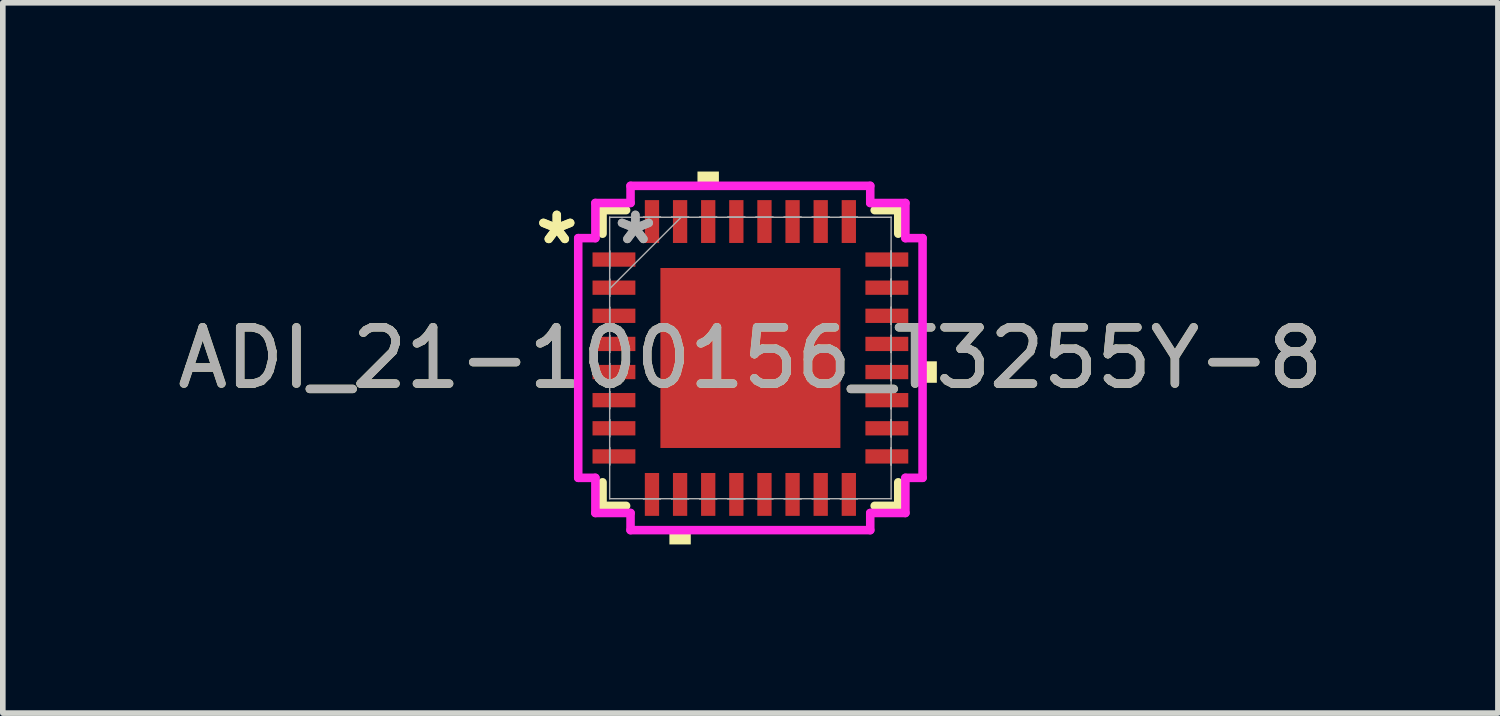
<source format=kicad_pcb>
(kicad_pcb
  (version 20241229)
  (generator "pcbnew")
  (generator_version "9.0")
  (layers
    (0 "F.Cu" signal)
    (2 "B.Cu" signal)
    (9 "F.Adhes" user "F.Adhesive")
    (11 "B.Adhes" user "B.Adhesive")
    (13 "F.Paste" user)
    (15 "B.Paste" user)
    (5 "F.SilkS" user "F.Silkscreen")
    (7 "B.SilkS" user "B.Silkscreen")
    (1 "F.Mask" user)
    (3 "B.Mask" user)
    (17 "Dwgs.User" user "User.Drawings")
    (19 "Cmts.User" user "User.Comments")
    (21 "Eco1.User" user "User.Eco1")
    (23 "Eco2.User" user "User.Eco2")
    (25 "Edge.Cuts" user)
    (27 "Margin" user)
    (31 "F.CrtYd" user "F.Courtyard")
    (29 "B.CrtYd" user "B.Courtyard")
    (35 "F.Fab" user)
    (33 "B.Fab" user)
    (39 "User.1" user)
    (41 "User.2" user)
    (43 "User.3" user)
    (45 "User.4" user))
  (footprint "ADI_21-100156_T3255Y-8"
    (layer "F.Cu")
    (at 10.292 3.315)
    (property "Reference" "ADI_21-100156_T3255Y-8" (at 0 0 0) (unlocked yes) (layer "F.SilkS") (effects (font (size 1 1) (thickness 0.15))))
    (attr smd)
    (fp_line (start -2.629 -2.629) (end -2.629 -2.21) (stroke (width 0.152) (type solid)) (layer "F.SilkS"))
    (fp_line (start -2.629 2.21) (end -2.629 2.629) (stroke (width 0.152) (type solid)) (layer "F.SilkS"))
    (fp_line (start -2.629 2.629) (end -2.21 2.629) (stroke (width 0.152) (type solid)) (layer "F.SilkS"))
    (fp_line (start -2.21 -2.629) (end -2.629 -2.629) (stroke (width 0.152) (type solid)) (layer "F.SilkS"))
    (fp_line (start 2.21 2.629) (end 2.629 2.629) (stroke (width 0.152) (type solid)) (layer "F.SilkS"))
    (fp_line (start 2.629 -2.629) (end 2.21 -2.629) (stroke (width 0.152) (type solid)) (layer "F.SilkS"))
    (fp_line (start 2.629 -2.21) (end 2.629 -2.629) (stroke (width 0.152) (type solid)) (layer "F.SilkS"))
    (fp_line (start 2.629 2.629) (end 2.629 2.21) (stroke (width 0.152) (type solid)) (layer "F.SilkS"))
    (fp_poly (pts (xy -1.44 3.061) (xy -1.44 3.315) (xy -1.06 3.315) (xy -1.06 3.061)) (stroke (width 0) (type solid)) (fill yes) (layer "F.SilkS"))
    (fp_poly (pts (xy -0.941 -3.061) (xy -0.941 -3.315) (xy -0.56 -3.315) (xy -0.56 -3.061)) (stroke (width 0) (type solid)) (fill yes) (layer "F.SilkS"))
    (fp_poly (pts (xy 3.315 0.059) (xy 3.315 0.441) (xy 3.061 0.441) (xy 3.061 0.059)) (stroke (width 0) (type solid)) (fill yes) (layer "F.SilkS"))
    (fp_poly (pts (xy -1.5 -1.5) (xy -1.5 -0.1) (xy -0.1 -0.1) (xy -0.1 -1.5)) (stroke (width 0) (type solid)) (fill yes) (layer "F.Paste"))
    (fp_poly (pts (xy -1.5 0.1) (xy -1.5 1.5) (xy -0.1 1.5) (xy -0.1 0.1)) (stroke (width 0) (type solid)) (fill yes) (layer "F.Paste"))
    (fp_poly (pts (xy 0.1 -1.5) (xy 0.1 -0.1) (xy 1.5 -0.1) (xy 1.5 -1.5)) (stroke (width 0) (type solid)) (fill yes) (layer "F.Paste"))
    (fp_poly (pts (xy 0.1 0.1) (xy 0.1 1.5) (xy 1.5 1.5) (xy 1.5 0.1)) (stroke (width 0) (type solid)) (fill yes) (layer "F.Paste"))
    (fp_line (start -3.061 -2.131) (end -2.756 -2.131) (stroke (width 0.152) (type solid)) (layer "F.CrtYd"))
    (fp_line (start -3.061 2.131) (end -3.061 -2.131) (stroke (width 0.152) (type solid)) (layer "F.CrtYd"))
    (fp_line (start -2.756 -2.756) (end -2.131 -2.756) (stroke (width 0.152) (type solid)) (layer "F.CrtYd"))
    (fp_line (start -2.756 -2.131) (end -2.756 -2.756) (stroke (width 0.152) (type solid)) (layer "F.CrtYd"))
    (fp_line (start -2.756 2.131) (end -3.061 2.131) (stroke (width 0.152) (type solid)) (layer "F.CrtYd"))
    (fp_line (start -2.756 2.756) (end -2.756 2.131) (stroke (width 0.152) (type solid)) (layer "F.CrtYd"))
    (fp_line (start -2.131 -3.061) (end 2.131 -3.061) (stroke (width 0.152) (type solid)) (layer "F.CrtYd"))
    (fp_line (start -2.131 -2.756) (end -2.131 -3.061) (stroke (width 0.152) (type solid)) (layer "F.CrtYd"))
    (fp_line (start -2.131 2.756) (end -2.756 2.756) (stroke (width 0.152) (type solid)) (layer "F.CrtYd"))
    (fp_line (start -2.131 3.061) (end -2.131 2.756) (stroke (width 0.152) (type solid)) (layer "F.CrtYd"))
    (fp_line (start 2.131 -3.061) (end 2.131 -2.756) (stroke (width 0.152) (type solid)) (layer "F.CrtYd"))
    (fp_line (start 2.131 -2.756) (end 2.756 -2.756) (stroke (width 0.152) (type solid)) (layer "F.CrtYd"))
    (fp_line (start 2.131 2.756) (end 2.131 3.061) (stroke (width 0.152) (type solid)) (layer "F.CrtYd"))
    (fp_line (start 2.131 3.061) (end -2.131 3.061) (stroke (width 0.152) (type solid)) (layer "F.CrtYd"))
    (fp_line (start 2.756 -2.756) (end 2.756 -2.131) (stroke (width 0.152) (type solid)) (layer "F.CrtYd"))
    (fp_line (start 2.756 -2.131) (end 3.061 -2.131) (stroke (width 0.152) (type solid)) (layer "F.CrtYd"))
    (fp_line (start 2.756 2.131) (end 2.756 2.756) (stroke (width 0.152) (type solid)) (layer "F.CrtYd"))
    (fp_line (start 2.756 2.756) (end 2.131 2.756) (stroke (width 0.152) (type solid)) (layer "F.CrtYd"))
    (fp_line (start 3.061 -2.131) (end 3.061 2.131) (stroke (width 0.152) (type solid)) (layer "F.CrtYd"))
    (fp_line (start 3.061 2.131) (end 2.756 2.131) (stroke (width 0.152) (type solid)) (layer "F.CrtYd"))
    (fp_line (start -2.502 -2.502) (end -2.502 -2.502) (stroke (width 0.025) (type solid)) (layer "F.Fab"))
    (fp_line (start -2.502 -2.502) (end -2.502 2.502) (stroke (width 0.025) (type solid)) (layer "F.Fab"))
    (fp_line (start -2.502 -1.902) (end -2.502 -1.902) (stroke (width 0.025) (type solid)) (layer "F.Fab"))
    (fp_line (start -2.502 -1.902) (end -2.502 -1.598) (stroke (width 0.025) (type solid)) (layer "F.Fab"))
    (fp_line (start -2.502 -1.598) (end -2.502 -1.902) (stroke (width 0.025) (type solid)) (layer "F.Fab"))
    (fp_line (start -2.502 -1.598) (end -2.502 -1.598) (stroke (width 0.025) (type solid)) (layer "F.Fab"))
    (fp_line (start -2.502 -1.402) (end -2.502 -1.402) (stroke (width 0.025) (type solid)) (layer "F.Fab"))
    (fp_line (start -2.502 -1.402) (end -2.502 -1.098) (stroke (width 0.025) (type solid)) (layer "F.Fab"))
    (fp_line (start -2.502 -1.232) (end -1.232 -2.502) (stroke (width 0.025) (type solid)) (layer "F.Fab"))
    (fp_line (start -2.502 -1.098) (end -2.502 -1.402) (stroke (width 0.025) (type solid)) (layer "F.Fab"))
    (fp_line (start -2.502 -1.098) (end -2.502 -1.098) (stroke (width 0.025) (type solid)) (layer "F.Fab"))
    (fp_line (start -2.502 -0.902) (end -2.502 -0.902) (stroke (width 0.025) (type solid)) (layer "F.Fab"))
    (fp_line (start -2.502 -0.902) (end -2.502 -0.598) (stroke (width 0.025) (type solid)) (layer "F.Fab"))
    (fp_line (start -2.502 -0.598) (end -2.502 -0.902) (stroke (width 0.025) (type solid)) (layer "F.Fab"))
    (fp_line (start -2.502 -0.598) (end -2.502 -0.598) (stroke (width 0.025) (type solid)) (layer "F.Fab"))
    (fp_line (start -2.502 -0.402) (end -2.502 -0.402) (stroke (width 0.025) (type solid)) (layer "F.Fab"))
    (fp_line (start -2.502 -0.402) (end -2.502 -0.098) (stroke (width 0.025) (type solid)) (layer "F.Fab"))
    (fp_line (start -2.502 -0.098) (end -2.502 -0.402) (stroke (width 0.025) (type solid)) (layer "F.Fab"))
    (fp_line (start -2.502 -0.098) (end -2.502 -0.098) (stroke (width 0.025) (type solid)) (layer "F.Fab"))
    (fp_line (start -2.502 0.098) (end -2.502 0.098) (stroke (width 0.025) (type solid)) (layer "F.Fab"))
    (fp_line (start -2.502 0.098) (end -2.502 0.402) (stroke (width 0.025) (type solid)) (layer "F.Fab"))
    (fp_line (start -2.502 0.402) (end -2.502 0.098) (stroke (width 0.025) (type solid)) (layer "F.Fab"))
    (fp_line (start -2.502 0.402) (end -2.502 0.402) (stroke (width 0.025) (type solid)) (layer "F.Fab"))
    (fp_line (start -2.502 0.598) (end -2.502 0.598) (stroke (width 0.025) (type solid)) (layer "F.Fab"))
    (fp_line (start -2.502 0.598) (end -2.502 0.902) (stroke (width 0.025) (type solid)) (layer "F.Fab"))
    (fp_line (start -2.502 0.902) (end -2.502 0.598) (stroke (width 0.025) (type solid)) (layer "F.Fab"))
    (fp_line (start -2.502 0.902) (end -2.502 0.902) (stroke (width 0.025) (type solid)) (layer "F.Fab"))
    (fp_line (start -2.502 1.098) (end -2.502 1.098) (stroke (width 0.025) (type solid)) (layer "F.Fab"))
    (fp_line (start -2.502 1.098) (end -2.502 1.402) (stroke (width 0.025) (type solid)) (layer "F.Fab"))
    (fp_line (start -2.502 1.402) (end -2.502 1.098) (stroke (width 0.025) (type solid)) (layer "F.Fab"))
    (fp_line (start -2.502 1.402) (end -2.502 1.402) (stroke (width 0.025) (type solid)) (layer "F.Fab"))
    (fp_line (start -2.502 1.598) (end -2.502 1.598) (stroke (width 0.025) (type solid)) (layer "F.Fab"))
    (fp_line (start -2.502 1.598) (end -2.502 1.902) (stroke (width 0.025) (type solid)) (layer "F.Fab"))
    (fp_line (start -2.502 1.902) (end -2.502 1.598) (stroke (width 0.025) (type solid)) (layer "F.Fab"))
    (fp_line (start -2.502 1.902) (end -2.502 1.902) (stroke (width 0.025) (type solid)) (layer "F.Fab"))
    (fp_line (start -2.502 2.502) (end -2.502 2.502) (stroke (width 0.025) (type solid)) (layer "F.Fab"))
    (fp_line (start -2.502 2.502) (end 2.502 2.502) (stroke (width 0.025) (type solid)) (layer "F.Fab"))
    (fp_line (start -1.902 -2.502) (end -1.902 -2.502) (stroke (width 0.025) (type solid)) (layer "F.Fab"))
    (fp_line (start -1.902 -2.502) (end -1.598 -2.502) (stroke (width 0.025) (type solid)) (layer "F.Fab"))
    (fp_line (start -1.902 2.502) (end -1.902 2.502) (stroke (width 0.025) (type solid)) (layer "F.Fab"))
    (fp_line (start -1.902 2.502) (end -1.598 2.502) (stroke (width 0.025) (type solid)) (layer "F.Fab"))
    (fp_line (start -1.598 -2.502) (end -1.902 -2.502) (stroke (width 0.025) (type solid)) (layer "F.Fab"))
    (fp_line (start -1.598 -2.502) (end -1.598 -2.502) (stroke (width 0.025) (type solid)) (layer "F.Fab"))
    (fp_line (start -1.598 2.502) (end -1.902 2.502) (stroke (width 0.025) (type solid)) (layer "F.Fab"))
    (fp_line (start -1.598 2.502) (end -1.598 2.502) (stroke (width 0.025) (type solid)) (layer "F.Fab"))
    (fp_line (start -1.402 -2.502) (end -1.402 -2.502) (stroke (width 0.025) (type solid)) (layer "F.Fab"))
    (fp_line (start -1.402 -2.502) (end -1.098 -2.502) (stroke (width 0.025) (type solid)) (layer "F.Fab"))
    (fp_line (start -1.402 2.502) (end -1.402 2.502) (stroke (width 0.025) (type solid)) (layer "F.Fab"))
    (fp_line (start -1.402 2.502) (end -1.098 2.502) (stroke (width 0.025) (type solid)) (layer "F.Fab"))
    (fp_line (start -1.098 -2.502) (end -1.402 -2.502) (stroke (width 0.025) (type solid)) (layer "F.Fab"))
    (fp_line (start -1.098 -2.502) (end -1.098 -2.502) (stroke (width 0.025) (type solid)) (layer "F.Fab"))
    (fp_line (start -1.098 2.502) (end -1.402 2.502) (stroke (width 0.025) (type solid)) (layer "F.Fab"))
    (fp_line (start -1.098 2.502) (end -1.098 2.502) (stroke (width 0.025) (type solid)) (layer "F.Fab"))
    (fp_line (start -0.902 -2.502) (end -0.902 -2.502) (stroke (width 0.025) (type solid)) (layer "F.Fab"))
    (fp_line (start -0.902 -2.502) (end -0.598 -2.502) (stroke (width 0.025) (type solid)) (layer "F.Fab"))
    (fp_line (start -0.902 2.502) (end -0.902 2.502) (stroke (width 0.025) (type solid)) (layer "F.Fab"))
    (fp_line (start -0.902 2.502) (end -0.598 2.502) (stroke (width 0.025) (type solid)) (layer "F.Fab"))
    (fp_line (start -0.598 -2.502) (end -0.902 -2.502) (stroke (width 0.025) (type solid)) (layer "F.Fab"))
    (fp_line (start -0.598 -2.502) (end -0.598 -2.502) (stroke (width 0.025) (type solid)) (layer "F.Fab"))
    (fp_line (start -0.598 2.502) (end -0.902 2.502) (stroke (width 0.025) (type solid)) (layer "F.Fab"))
    (fp_line (start -0.598 2.502) (end -0.598 2.502) (stroke (width 0.025) (type solid)) (layer "F.Fab"))
    (fp_line (start -0.402 -2.502) (end -0.402 -2.502) (stroke (width 0.025) (type solid)) (layer "F.Fab"))
    (fp_line (start -0.402 -2.502) (end -0.098 -2.502) (stroke (width 0.025) (type solid)) (layer "F.Fab"))
    (fp_line (start -0.402 2.502) (end -0.402 2.502) (stroke (width 0.025) (type solid)) (layer "F.Fab"))
    (fp_line (start -0.402 2.502) (end -0.098 2.502) (stroke (width 0.025) (type solid)) (layer "F.Fab"))
    (fp_line (start -0.098 -2.502) (end -0.402 -2.502) (stroke (width 0.025) (type solid)) (layer "F.Fab"))
    (fp_line (start -0.098 -2.502) (end -0.098 -2.502) (stroke (width 0.025) (type solid)) (layer "F.Fab"))
    (fp_line (start -0.098 2.502) (end -0.402 2.502) (stroke (width 0.025) (type solid)) (layer "F.Fab"))
    (fp_line (start -0.098 2.502) (end -0.098 2.502) (stroke (width 0.025) (type solid)) (layer "F.Fab"))
    (fp_line (start 0.098 -2.502) (end 0.098 -2.502) (stroke (width 0.025) (type solid)) (layer "F.Fab"))
    (fp_line (start 0.098 -2.502) (end 0.402 -2.502) (stroke (width 0.025) (type solid)) (layer "F.Fab"))
    (fp_line (start 0.098 2.502) (end 0.098 2.502) (stroke (width 0.025) (type solid)) (layer "F.Fab"))
    (fp_line (start 0.098 2.502) (end 0.402 2.502) (stroke (width 0.025) (type solid)) (layer "F.Fab"))
    (fp_line (start 0.402 -2.502) (end 0.098 -2.502) (stroke (width 0.025) (type solid)) (layer "F.Fab"))
    (fp_line (start 0.402 -2.502) (end 0.402 -2.502) (stroke (width 0.025) (type solid)) (layer "F.Fab"))
    (fp_line (start 0.402 2.502) (end 0.098 2.502) (stroke (width 0.025) (type solid)) (layer "F.Fab"))
    (fp_line (start 0.402 2.502) (end 0.402 2.502) (stroke (width 0.025) (type solid)) (layer "F.Fab"))
    (fp_line (start 0.598 -2.502) (end 0.598 -2.502) (stroke (width 0.025) (type solid)) (layer "F.Fab"))
    (fp_line (start 0.598 -2.502) (end 0.902 -2.502) (stroke (width 0.025) (type solid)) (layer "F.Fab"))
    (fp_line (start 0.598 2.502) (end 0.598 2.502) (stroke (width 0.025) (type solid)) (layer "F.Fab"))
    (fp_line (start 0.598 2.502) (end 0.902 2.502) (stroke (width 0.025) (type solid)) (layer "F.Fab"))
    (fp_line (start 0.902 -2.502) (end 0.598 -2.502) (stroke (width 0.025) (type solid)) (layer "F.Fab"))
    (fp_line (start 0.902 -2.502) (end 0.902 -2.502) (stroke (width 0.025) (type solid)) (layer "F.Fab"))
    (fp_line (start 0.902 2.502) (end 0.598 2.502) (stroke (width 0.025) (type solid)) (layer "F.Fab"))
    (fp_line (start 0.902 2.502) (end 0.902 2.502) (stroke (width 0.025) (type solid)) (layer "F.Fab"))
    (fp_line (start 1.098 -2.502) (end 1.098 -2.502) (stroke (width 0.025) (type solid)) (layer "F.Fab"))
    (fp_line (start 1.098 -2.502) (end 1.402 -2.502) (stroke (width 0.025) (type solid)) (layer "F.Fab"))
    (fp_line (start 1.098 2.502) (end 1.098 2.502) (stroke (width 0.025) (type solid)) (layer "F.Fab"))
    (fp_line (start 1.098 2.502) (end 1.402 2.502) (stroke (width 0.025) (type solid)) (layer "F.Fab"))
    (fp_line (start 1.402 -2.502) (end 1.098 -2.502) (stroke (width 0.025) (type solid)) (layer "F.Fab"))
    (fp_line (start 1.402 -2.502) (end 1.402 -2.502) (stroke (width 0.025) (type solid)) (layer "F.Fab"))
    (fp_line (start 1.402 2.502) (end 1.098 2.502) (stroke (width 0.025) (type solid)) (layer "F.Fab"))
    (fp_line (start 1.402 2.502) (end 1.402 2.502) (stroke (width 0.025) (type solid)) (layer "F.Fab"))
    (fp_line (start 1.598 -2.502) (end 1.598 -2.502) (stroke (width 0.025) (type solid)) (layer "F.Fab"))
    (fp_line (start 1.598 -2.502) (end 1.902 -2.502) (stroke (width 0.025) (type solid)) (layer "F.Fab"))
    (fp_line (start 1.598 2.502) (end 1.598 2.502) (stroke (width 0.025) (type solid)) (layer "F.Fab"))
    (fp_line (start 1.598 2.502) (end 1.902 2.502) (stroke (width 0.025) (type solid)) (layer "F.Fab"))
    (fp_line (start 1.902 -2.502) (end 1.598 -2.502) (stroke (width 0.025) (type solid)) (layer "F.Fab"))
    (fp_line (start 1.902 -2.502) (end 1.902 -2.502) (stroke (width 0.025) (type solid)) (layer "F.Fab"))
    (fp_line (start 1.902 2.502) (end 1.598 2.502) (stroke (width 0.025) (type solid)) (layer "F.Fab"))
    (fp_line (start 1.902 2.502) (end 1.902 2.502) (stroke (width 0.025) (type solid)) (layer "F.Fab"))
    (fp_line (start 2.502 -2.502) (end -2.502 -2.502) (stroke (width 0.025) (type solid)) (layer "F.Fab"))
    (fp_line (start 2.502 -2.502) (end 2.502 -2.502) (stroke (width 0.025) (type solid)) (layer "F.Fab"))
    (fp_line (start 2.502 -1.902) (end 2.502 -1.902) (stroke (width 0.025) (type solid)) (layer "F.Fab"))
    (fp_line (start 2.502 -1.902) (end 2.502 -1.598) (stroke (width 0.025) (type solid)) (layer "F.Fab"))
    (fp_line (start 2.502 -1.598) (end 2.502 -1.902) (stroke (width 0.025) (type solid)) (layer "F.Fab"))
    (fp_line (start 2.502 -1.598) (end 2.502 -1.598) (stroke (width 0.025) (type solid)) (layer "F.Fab"))
    (fp_line (start 2.502 -1.402) (end 2.502 -1.402) (stroke (width 0.025) (type solid)) (layer "F.Fab"))
    (fp_line (start 2.502 -1.402) (end 2.502 -1.098) (stroke (width 0.025) (type solid)) (layer "F.Fab"))
    (fp_line (start 2.502 -1.098) (end 2.502 -1.402) (stroke (width 0.025) (type solid)) (layer "F.Fab"))
    (fp_line (start 2.502 -1.098) (end 2.502 -1.098) (stroke (width 0.025) (type solid)) (layer "F.Fab"))
    (fp_line (start 2.502 -0.902) (end 2.502 -0.902) (stroke (width 0.025) (type solid)) (layer "F.Fab"))
    (fp_line (start 2.502 -0.902) (end 2.502 -0.598) (stroke (width 0.025) (type solid)) (layer "F.Fab"))
    (fp_line (start 2.502 -0.598) (end 2.502 -0.902) (stroke (width 0.025) (type solid)) (layer "F.Fab"))
    (fp_line (start 2.502 -0.598) (end 2.502 -0.598) (stroke (width 0.025) (type solid)) (layer "F.Fab"))
    (fp_line (start 2.502 -0.402) (end 2.502 -0.402) (stroke (width 0.025) (type solid)) (layer "F.Fab"))
    (fp_line (start 2.502 -0.402) (end 2.502 -0.098) (stroke (width 0.025) (type solid)) (layer "F.Fab"))
    (fp_line (start 2.502 -0.098) (end 2.502 -0.402) (stroke (width 0.025) (type solid)) (layer "F.Fab"))
    (fp_line (start 2.502 -0.098) (end 2.502 -0.098) (stroke (width 0.025) (type solid)) (layer "F.Fab"))
    (fp_line (start 2.502 0.098) (end 2.502 0.098) (stroke (width 0.025) (type solid)) (layer "F.Fab"))
    (fp_line (start 2.502 0.098) (end 2.502 0.402) (stroke (width 0.025) (type solid)) (layer "F.Fab"))
    (fp_line (start 2.502 0.402) (end 2.502 0.098) (stroke (width 0.025) (type solid)) (layer "F.Fab"))
    (fp_line (start 2.502 0.402) (end 2.502 0.402) (stroke (width 0.025) (type solid)) (layer "F.Fab"))
    (fp_line (start 2.502 0.598) (end 2.502 0.598) (stroke (width 0.025) (type solid)) (layer "F.Fab"))
    (fp_line (start 2.502 0.598) (end 2.502 0.902) (stroke (width 0.025) (type solid)) (layer "F.Fab"))
    (fp_line (start 2.502 0.902) (end 2.502 0.598) (stroke (width 0.025) (type solid)) (layer "F.Fab"))
    (fp_line (start 2.502 0.902) (end 2.502 0.902) (stroke (width 0.025) (type solid)) (layer "F.Fab"))
    (fp_line (start 2.502 1.098) (end 2.502 1.098) (stroke (width 0.025) (type solid)) (layer "F.Fab"))
    (fp_line (start 2.502 1.098) (end 2.502 1.402) (stroke (width 0.025) (type solid)) (layer "F.Fab"))
    (fp_line (start 2.502 1.402) (end 2.502 1.098) (stroke (width 0.025) (type solid)) (layer "F.Fab"))
    (fp_line (start 2.502 1.402) (end 2.502 1.402) (stroke (width 0.025) (type solid)) (layer "F.Fab"))
    (fp_line (start 2.502 1.598) (end 2.502 1.598) (stroke (width 0.025) (type solid)) (layer "F.Fab"))
    (fp_line (start 2.502 1.598) (end 2.502 1.902) (stroke (width 0.025) (type solid)) (layer "F.Fab"))
    (fp_line (start 2.502 1.902) (end 2.502 1.598) (stroke (width 0.025) (type solid)) (layer "F.Fab"))
    (fp_line (start 2.502 1.902) (end 2.502 1.902) (stroke (width 0.025) (type solid)) (layer "F.Fab"))
    (fp_line (start 2.502 2.502) (end 2.502 -2.502) (stroke (width 0.025) (type solid)) (layer "F.Fab"))
    (fp_line (start 2.502 2.502) (end 2.502 2.502) (stroke (width 0.025) (type solid)) (layer "F.Fab"))
    (fp_text user "*" (at -3.442 -2 0) (unlocked yes) (layer "F.SilkS") (effects (font (size 1 1) (thickness 0.15))))
    (fp_text user "*" (at -3.442 -2 0) (layer "F.SilkS") (effects (font (size 1 1) (thickness 0.15))))
    (fp_text user "${REFERENCE}" (at 0 0 0) (unlocked yes) (layer "F.Fab") (effects (font (size 1 1) (thickness 0.15))))
    (fp_text user "*" (at -2.045 -2 0) (layer "F.Fab") (effects (font (size 1 1) (thickness 0.15))))
    (fp_text user "*" (at -2.045 -2 0) (unlocked yes) (layer "F.Fab") (effects (font (size 1 1) (thickness 0.15))))
    (pad "1" smd rect (at -2.426 -1.75 90) (size 0.254 0.762) (layers "F.Cu" "F.Mask" "F.Paste"))
    (pad "2" smd rect (at -2.426 -1.25 90) (size 0.254 0.762) (layers "F.Cu" "F.Mask" "F.Paste"))
    (pad "3" smd rect (at -2.426 -0.75 90) (size 0.254 0.762) (layers "F.Cu" "F.Mask" "F.Paste"))
    (pad "4" smd rect (at -2.426 -0.25 90) (size 0.254 0.762) (layers "F.Cu" "F.Mask" "F.Paste"))
    (pad "5" smd rect (at -2.426 0.25 90) (size 0.254 0.762) (layers "F.Cu" "F.Mask" "F.Paste"))
    (pad "6" smd rect (at -2.426 0.75 90) (size 0.254 0.762) (layers "F.Cu" "F.Mask" "F.Paste"))
    (pad "7" smd rect (at -2.426 1.25 90) (size 0.254 0.762) (layers "F.Cu" "F.Mask" "F.Paste"))
    (pad "8" smd rect (at -2.426 1.75 90) (size 0.254 0.762) (layers "F.Cu" "F.Mask" "F.Paste"))
    (pad "9" smd rect (at -1.75 2.426) (size 0.254 0.762) (layers "F.Cu" "F.Mask" "F.Paste"))
    (pad "10" smd rect (at -1.25 2.426) (size 0.254 0.762) (layers "F.Cu" "F.Mask" "F.Paste"))
    (pad "11" smd rect (at -0.75 2.426) (size 0.254 0.762) (layers "F.Cu" "F.Mask" "F.Paste"))
    (pad "12" smd rect (at -0.25 2.426) (size 0.254 0.762) (layers "F.Cu" "F.Mask" "F.Paste"))
    (pad "13" smd rect (at 0.25 2.426) (size 0.254 0.762) (layers "F.Cu" "F.Mask" "F.Paste"))
    (pad "14" smd rect (at 0.75 2.426) (size 0.254 0.762) (layers "F.Cu" "F.Mask" "F.Paste"))
    (pad "15" smd rect (at 1.25 2.426) (size 0.254 0.762) (layers "F.Cu" "F.Mask" "F.Paste"))
    (pad "16" smd rect (at 1.75 2.426) (size 0.254 0.762) (layers "F.Cu" "F.Mask" "F.Paste"))
    (pad "17" smd rect (at 2.426 1.75 90) (size 0.254 0.762) (layers "F.Cu" "F.Mask" "F.Paste"))
    (pad "18" smd rect (at 2.426 1.25 90) (size 0.254 0.762) (layers "F.Cu" "F.Mask" "F.Paste"))
    (pad "19" smd rect (at 2.426 0.75 90) (size 0.254 0.762) (layers "F.Cu" "F.Mask" "F.Paste"))
    (pad "20" smd rect (at 2.426 0.25 90) (size 0.254 0.762) (layers "F.Cu" "F.Mask" "F.Paste"))
    (pad "21" smd rect (at 2.426 -0.25 90) (size 0.254 0.762) (layers "F.Cu" "F.Mask" "F.Paste"))
    (pad "22" smd rect (at 2.426 -0.75 90) (size 0.254 0.762) (layers "F.Cu" "F.Mask" "F.Paste"))
    (pad "23" smd rect (at 2.426 -1.25 90) (size 0.254 0.762) (layers "F.Cu" "F.Mask" "F.Paste"))
    (pad "24" smd rect (at 2.426 -1.75 90) (size 0.254 0.762) (layers "F.Cu" "F.Mask" "F.Paste"))
    (pad "25" smd rect (at 1.75 -2.426) (size 0.254 0.762) (layers "F.Cu" "F.Mask" "F.Paste"))
    (pad "26" smd rect (at 1.25 -2.426) (size 0.254 0.762) (layers "F.Cu" "F.Mask" "F.Paste"))
    (pad "27" smd rect (at 0.75 -2.426) (size 0.254 0.762) (layers "F.Cu" "F.Mask" "F.Paste"))
    (pad "28" smd rect (at 0.25 -2.426) (size 0.254 0.762) (layers "F.Cu" "F.Mask" "F.Paste"))
    (pad "29" smd rect (at -0.25 -2.426) (size 0.254 0.762) (layers "F.Cu" "F.Mask" "F.Paste"))
    (pad "30" smd rect (at -0.75 -2.426) (size 0.254 0.762) (layers "F.Cu" "F.Mask" "F.Paste"))
    (pad "31" smd rect (at -1.25 -2.426) (size 0.254 0.762) (layers "F.Cu" "F.Mask" "F.Paste"))
    (pad "32" smd rect (at -1.75 -2.426) (size 0.254 0.762) (layers "F.Cu" "F.Mask" "F.Paste"))
    (pad "33" smd rect (at 0 0) (size 3.2 3.2) (layers "F.Cu" "F.Mask" "F.Paste")))
  (gr_rect
    (start -3 -3)
    (end 23.583 9.629)
    (stroke (width 0.1) (type default))
    (fill no)
    (layer "Edge.Cuts")))
</source>
